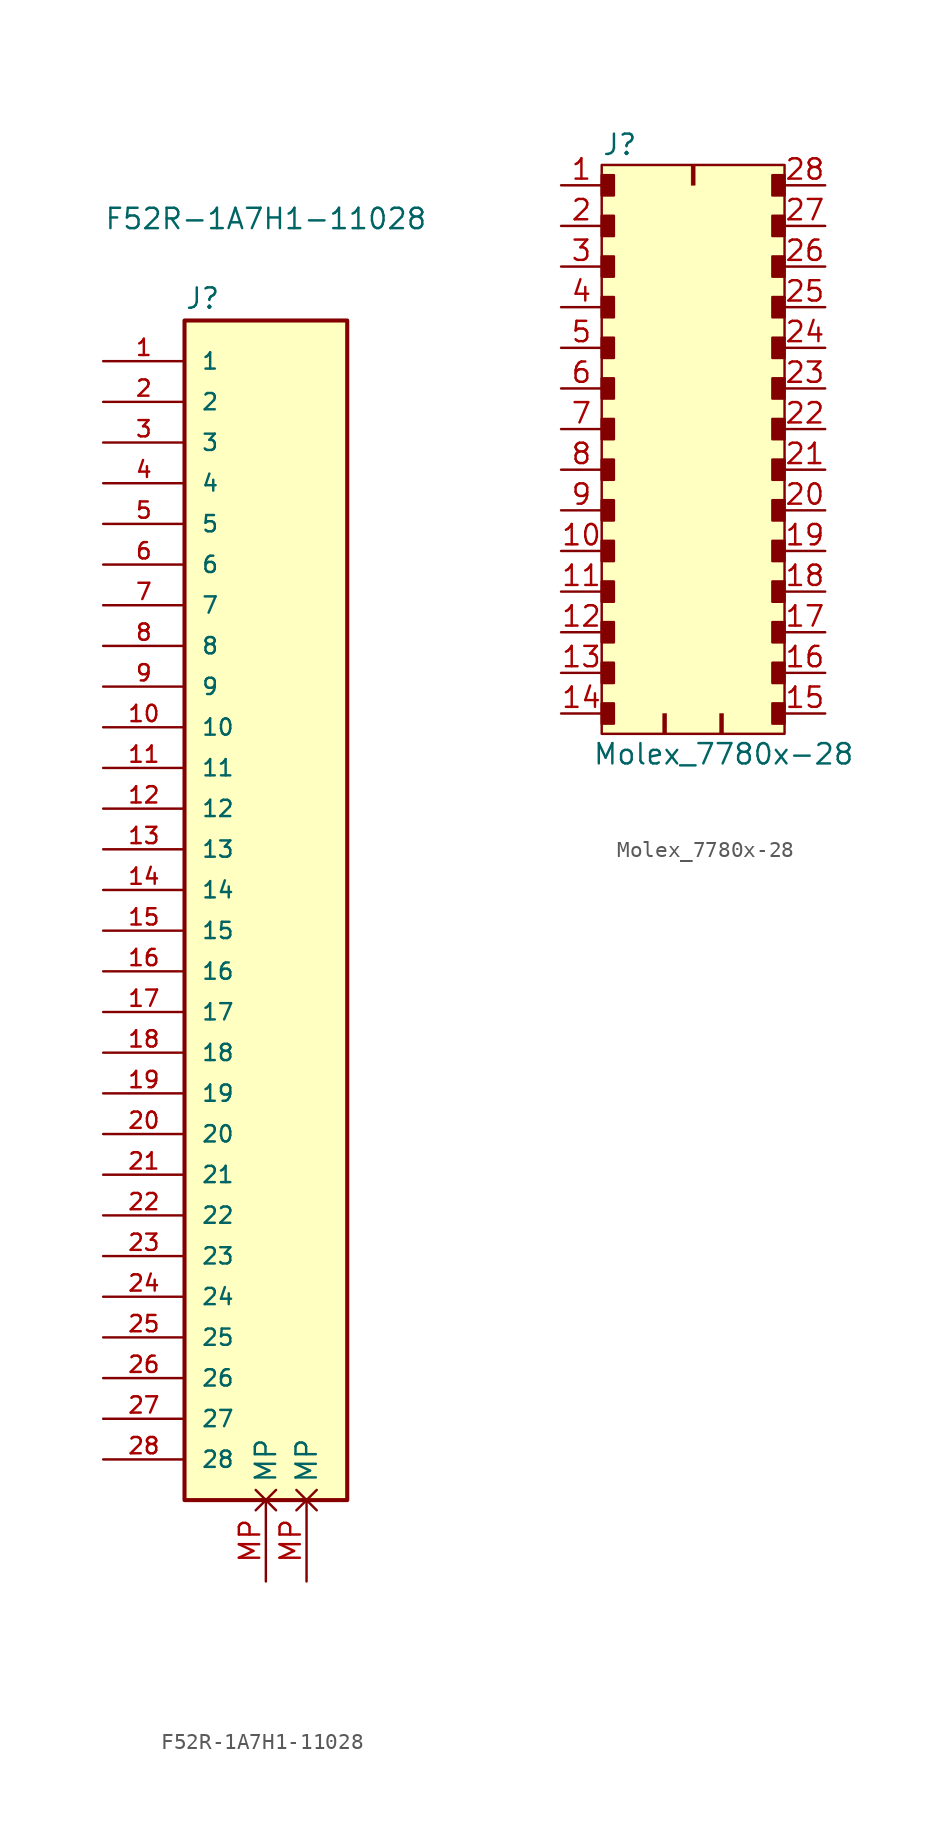
<source format=kicad_sym>
(kicad_symbol_lib
  (version 20231120)
  (generator "kicad_symbol_editor")
  (generator_version "8.0")
  (symbol "F52R-1A7H1-11028"
    (pin_names
      (offset 1.016))
    (property "Reference" "J"
      (at -5.08 36.195 0)
      (effects (font (size 1.27 1.27)) (justify left bottom)))
    (property "Value" "F52R-1A7H1-11028"
      (at 0 41.91 0)
      (effects (font (size 1.27 1.27))))
    (symbol "F52R-1A7H1-11028_0_0"
      (rectangle (start -5.08 35.56) (end 5.08 -38.1) (stroke (width 0.254) (type default)) (fill (type background)))
      (pin passive line (at -10.16 33.02 0) (length 5.08) (name "1" (effects (font (size 1.016 1.016)))) (number "1" (effects (font (size 1.016 1.016)))))
      (pin passive line (at -10.16 10.16 0) (length 5.08) (name "10" (effects (font (size 1.016 1.016)))) (number "10" (effects (font (size 1.016 1.016)))))
      (pin passive line (at -10.16 7.62 0) (length 5.08) (name "11" (effects (font (size 1.016 1.016)))) (number "11" (effects (font (size 1.016 1.016)))))
      (pin passive line (at -10.16 5.08 0) (length 5.08) (name "12" (effects (font (size 1.016 1.016)))) (number "12" (effects (font (size 1.016 1.016)))))
      (pin passive line (at -10.16 2.54 0) (length 5.08) (name "13" (effects (font (size 1.016 1.016)))) (number "13" (effects (font (size 1.016 1.016)))))
      (pin passive line (at -10.16 0 0) (length 5.08) (name "14" (effects (font (size 1.016 1.016)))) (number "14" (effects (font (size 1.016 1.016)))))
      (pin passive line (at -10.16 -2.54 0) (length 5.08) (name "15" (effects (font (size 1.016 1.016)))) (number "15" (effects (font (size 1.016 1.016)))))
      (pin passive line (at -10.16 -5.08 0) (length 5.08) (name "16" (effects (font (size 1.016 1.016)))) (number "16" (effects (font (size 1.016 1.016)))))
      (pin passive line (at -10.16 -7.62 0) (length 5.08) (name "17" (effects (font (size 1.016 1.016)))) (number "17" (effects (font (size 1.016 1.016)))))
      (pin passive line (at -10.16 -10.16 0) (length 5.08) (name "18" (effects (font (size 1.016 1.016)))) (number "18" (effects (font (size 1.016 1.016)))))
      (pin passive line (at -10.16 -12.7 0) (length 5.08) (name "19" (effects (font (size 1.016 1.016)))) (number "19" (effects (font (size 1.016 1.016)))))
      (pin passive line (at -10.16 30.48 0) (length 5.08) (name "2" (effects (font (size 1.016 1.016)))) (number "2" (effects (font (size 1.016 1.016)))))
      (pin passive line (at -10.16 -15.24 0) (length 5.08) (name "20" (effects (font (size 1.016 1.016)))) (number "20" (effects (font (size 1.016 1.016)))))
      (pin passive line (at -10.16 -17.78 0) (length 5.08) (name "21" (effects (font (size 1.016 1.016)))) (number "21" (effects (font (size 1.016 1.016)))))
      (pin passive line (at -10.16 -20.32 0) (length 5.08) (name "22" (effects (font (size 1.016 1.016)))) (number "22" (effects (font (size 1.016 1.016)))))
      (pin passive line (at -10.16 -22.86 0) (length 5.08) (name "23" (effects (font (size 1.016 1.016)))) (number "23" (effects (font (size 1.016 1.016)))))
      (pin passive line (at -10.16 -25.4 0) (length 5.08) (name "24" (effects (font (size 1.016 1.016)))) (number "24" (effects (font (size 1.016 1.016)))))
      (pin passive line (at -10.16 -27.94 0) (length 5.08) (name "25" (effects (font (size 1.016 1.016)))) (number "25" (effects (font (size 1.016 1.016)))))
      (pin passive line (at -10.16 -30.48 0) (length 5.08) (name "26" (effects (font (size 1.016 1.016)))) (number "26" (effects (font (size 1.016 1.016)))))
      (pin passive line (at -10.16 -33.02 0) (length 5.08) (name "27" (effects (font (size 1.016 1.016)))) (number "27" (effects (font (size 1.016 1.016)))))
      (pin passive line (at -10.16 -35.56 0) (length 5.08) (name "28" (effects (font (size 1.016 1.016)))) (number "28" (effects (font (size 1.016 1.016)))))
      (pin passive line (at -10.16 27.94 0) (length 5.08) (name "3" (effects (font (size 1.016 1.016)))) (number "3" (effects (font (size 1.016 1.016)))))
      (pin passive line (at -10.16 25.4 0) (length 5.08) (name "4" (effects (font (size 1.016 1.016)))) (number "4" (effects (font (size 1.016 1.016)))))
      (pin passive line (at -10.16 22.86 0) (length 5.08) (name "5" (effects (font (size 1.016 1.016)))) (number "5" (effects (font (size 1.016 1.016)))))
      (pin passive line (at -10.16 20.32 0) (length 5.08) (name "6" (effects (font (size 1.016 1.016)))) (number "6" (effects (font (size 1.016 1.016)))))
      (pin passive line (at -10.16 17.78 0) (length 5.08) (name "7" (effects (font (size 1.016 1.016)))) (number "7" (effects (font (size 1.016 1.016)))))
      (pin passive line (at -10.16 15.24 0) (length 5.08) (name "8" (effects (font (size 1.016 1.016)))) (number "8" (effects (font (size 1.016 1.016)))))
      (pin passive line (at -10.16 12.7 0) (length 5.08) (name "9" (effects (font (size 1.016 1.016)))) (number "9" (effects (font (size 1.016 1.016))))))
    (symbol "F52R-1A7H1-11028_1_1"
      (pin passive non_logic (at 0 -43.18 90) (length 5.08) (name "MP" (effects (font (size 1.27 1.27)))) (number "MP" (effects (font (size 1.27 1.27)))))
      (pin passive non_logic (at 2.54 -43.18 90) (length 5.08) (name "MP" (effects (font (size 1.27 1.27)))) (number "MP" (effects (font (size 1.27 1.27)))))))
  (symbol "Molex_7780x-28"
    (pin_names
      (offset 1.016))
    (property "Reference" "J"
      (at -7.62 19.05 0)
      (effects (font (size 1.27 1.27)) (justify left)))
    (property "Value" "Molex_7780x-28"
      (at 0 -19.05 0)
      (effects (font (size 1.27 1.27))))
    (symbol "Molex_7780x-28_0_1"
      (rectangle (start -3.81 -17.78) (end -3.556 -16.51) (stroke (width 0.025) (type solid)) (fill (type outline)))
      (rectangle (start -2.032 17.78) (end -1.778 16.51) (stroke (width 0.025) (type solid)) (fill (type outline)))
      (rectangle (start 0 -17.78) (end -0.254 -16.51) (stroke (width 0.025) (type solid)) (fill (type outline))))
    (symbol "Molex_7780x-28_1_1"
      (rectangle (start -7.62 -15.875) (end -6.858 -17.145) (stroke (width 0) (type solid)) (fill (type outline)))
      (rectangle (start -7.62 -13.335) (end -6.858 -14.605) (stroke (width 0) (type solid)) (fill (type outline)))
      (rectangle (start -7.62 -10.795) (end -6.858 -12.065) (stroke (width 0) (type solid)) (fill (type outline)))
      (rectangle (start -7.62 -8.255) (end -6.858 -9.525) (stroke (width 0) (type solid)) (fill (type outline)))
      (rectangle (start -7.62 -5.715) (end -6.858 -6.985) (stroke (width 0) (type solid)) (fill (type outline)))
      (rectangle (start -7.62 -3.175) (end -6.858 -4.445) (stroke (width 0) (type solid)) (fill (type outline)))
      (rectangle (start -7.62 -0.635) (end -6.858 -1.905) (stroke (width 0) (type solid)) (fill (type outline)))
      (rectangle (start -7.62 1.905) (end -6.858 0.635) (stroke (width 0) (type solid)) (fill (type outline)))
      (rectangle (start -7.62 4.445) (end -6.858 3.175) (stroke (width 0) (type solid)) (fill (type outline)))
      (rectangle (start -7.62 6.985) (end -6.858 5.715) (stroke (width 0) (type solid)) (fill (type outline)))
      (rectangle (start -7.62 9.525) (end -6.858 8.255) (stroke (width 0) (type solid)) (fill (type outline)))
      (rectangle (start -7.62 12.065) (end -6.858 10.795) (stroke (width 0) (type solid)) (fill (type outline)))
      (rectangle (start -7.62 14.605) (end -6.858 13.335) (stroke (width 0) (type solid)) (fill (type outline)))
      (rectangle (start -7.62 17.145) (end -6.858 15.875) (stroke (width 0) (type solid)) (fill (type outline)))
      (rectangle (start -7.62 17.78) (end 3.81 -17.78) (stroke (width 0) (type solid)) (fill (type background)))
      (rectangle (start 3.048 -15.875) (end 3.81 -17.145) (stroke (width 0) (type solid)) (fill (type outline)))
      (rectangle (start 3.048 -13.335) (end 3.81 -14.605) (stroke (width 0) (type solid)) (fill (type outline)))
      (rectangle (start 3.048 -10.795) (end 3.81 -12.065) (stroke (width 0) (type solid)) (fill (type outline)))
      (rectangle (start 3.048 -8.255) (end 3.81 -9.525) (stroke (width 0) (type solid)) (fill (type outline)))
      (rectangle (start 3.048 -5.715) (end 3.81 -6.985) (stroke (width 0) (type solid)) (fill (type outline)))
      (rectangle (start 3.048 -3.175) (end 3.81 -4.445) (stroke (width 0) (type solid)) (fill (type outline)))
      (rectangle (start 3.048 -0.635) (end 3.81 -1.905) (stroke (width 0) (type solid)) (fill (type outline)))
      (rectangle (start 3.048 1.905) (end 3.81 0.635) (stroke (width 0) (type solid)) (fill (type outline)))
      (rectangle (start 3.048 4.445) (end 3.81 3.175) (stroke (width 0) (type solid)) (fill (type outline)))
      (rectangle (start 3.048 6.985) (end 3.81 5.715) (stroke (width 0) (type solid)) (fill (type outline)))
      (rectangle (start 3.048 9.525) (end 3.81 8.255) (stroke (width 0) (type solid)) (fill (type outline)))
      (rectangle (start 3.048 12.065) (end 3.81 10.795) (stroke (width 0) (type solid)) (fill (type outline)))
      (rectangle (start 3.048 14.605) (end 3.81 13.335) (stroke (width 0) (type solid)) (fill (type outline)))
      (rectangle (start 3.048 17.145) (end 3.81 15.875) (stroke (width 0) (type solid)) (fill (type outline)))
      (pin passive line (at -10.16 16.51 0) (length 2.54) (name "~" (effects (font (size 1.27 1.27)))) (number "1" (effects (font (size 1.27 1.27)))))
      (pin passive line (at -10.16 -6.35 0) (length 2.54) (name "~" (effects (font (size 1.27 1.27)))) (number "10" (effects (font (size 1.27 1.27)))))
      (pin passive line (at -10.16 -8.89 0) (length 2.54) (name "~" (effects (font (size 1.27 1.27)))) (number "11" (effects (font (size 1.27 1.27)))))
      (pin passive line (at -10.16 -11.43 0) (length 2.54) (name "~" (effects (font (size 1.27 1.27)))) (number "12" (effects (font (size 1.27 1.27)))))
      (pin passive line (at -10.16 -13.97 0) (length 2.54) (name "~" (effects (font (size 1.27 1.27)))) (number "13" (effects (font (size 1.27 1.27)))))
      (pin passive line (at -10.16 -16.51 0) (length 2.54) (name "~" (effects (font (size 1.27 1.27)))) (number "14" (effects (font (size 1.27 1.27)))))
      (pin passive line (at 6.35 -16.51 180) (length 2.54) (name "~" (effects (font (size 1.27 1.27)))) (number "15" (effects (font (size 1.27 1.27)))))
      (pin passive line (at 6.35 -13.97 180) (length 2.54) (name "~" (effects (font (size 1.27 1.27)))) (number "16" (effects (font (size 1.27 1.27)))))
      (pin passive line (at 6.35 -11.43 180) (length 2.54) (name "~" (effects (font (size 1.27 1.27)))) (number "17" (effects (font (size 1.27 1.27)))))
      (pin passive line (at 6.35 -8.89 180) (length 2.54) (name "~" (effects (font (size 1.27 1.27)))) (number "18" (effects (font (size 1.27 1.27)))))
      (pin passive line (at 6.35 -6.35 180) (length 2.54) (name "~" (effects (font (size 1.27 1.27)))) (number "19" (effects (font (size 1.27 1.27)))))
      (pin passive line (at -10.16 13.97 0) (length 2.54) (name "~" (effects (font (size 1.27 1.27)))) (number "2" (effects (font (size 1.27 1.27)))))
      (pin passive line (at 6.35 -3.81 180) (length 2.54) (name "~" (effects (font (size 1.27 1.27)))) (number "20" (effects (font (size 1.27 1.27)))))
      (pin passive line (at 6.35 -1.27 180) (length 2.54) (name "~" (effects (font (size 1.27 1.27)))) (number "21" (effects (font (size 1.27 1.27)))))
      (pin passive line (at 6.35 1.27 180) (length 2.54) (name "~" (effects (font (size 1.27 1.27)))) (number "22" (effects (font (size 1.27 1.27)))))
      (pin passive line (at 6.35 3.81 180) (length 2.54) (name "~" (effects (font (size 1.27 1.27)))) (number "23" (effects (font (size 1.27 1.27)))))
      (pin passive line (at 6.35 6.35 180) (length 2.54) (name "~" (effects (font (size 1.27 1.27)))) (number "24" (effects (font (size 1.27 1.27)))))
      (pin passive line (at 6.35 8.89 180) (length 2.54) (name "~" (effects (font (size 1.27 1.27)))) (number "25" (effects (font (size 1.27 1.27)))))
      (pin passive line (at 6.35 11.43 180) (length 2.54) (name "~" (effects (font (size 1.27 1.27)))) (number "26" (effects (font (size 1.27 1.27)))))
      (pin passive line (at 6.35 13.97 180) (length 2.54) (name "~" (effects (font (size 1.27 1.27)))) (number "27" (effects (font (size 1.27 1.27)))))
      (pin passive line (at 6.35 16.51 180) (length 2.54) (name "~" (effects (font (size 1.27 1.27)))) (number "28" (effects (font (size 1.27 1.27)))))
      (pin passive line (at -10.16 11.43 0) (length 2.54) (name "~" (effects (font (size 1.27 1.27)))) (number "3" (effects (font (size 1.27 1.27)))))
      (pin passive line (at -10.16 8.89 0) (length 2.54) (name "~" (effects (font (size 1.27 1.27)))) (number "4" (effects (font (size 1.27 1.27)))))
      (pin passive line (at -10.16 6.35 0) (length 2.54) (name "~" (effects (font (size 1.27 1.27)))) (number "5" (effects (font (size 1.27 1.27)))))
      (pin passive line (at -10.16 3.81 0) (length 2.54) (name "~" (effects (font (size 1.27 1.27)))) (number "6" (effects (font (size 1.27 1.27)))))
      (pin passive line (at -10.16 1.27 0) (length 2.54) (name "~" (effects (font (size 1.27 1.27)))) (number "7" (effects (font (size 1.27 1.27)))))
      (pin passive line (at -10.16 -1.27 0) (length 2.54) (name "~" (effects (font (size 1.27 1.27)))) (number "8" (effects (font (size 1.27 1.27)))))
      (pin passive line (at -10.16 -3.81 0) (length 2.54) (name "~" (effects (font (size 1.27 1.27)))) (number "9" (effects (font (size 1.27 1.27))))))))
</source>
